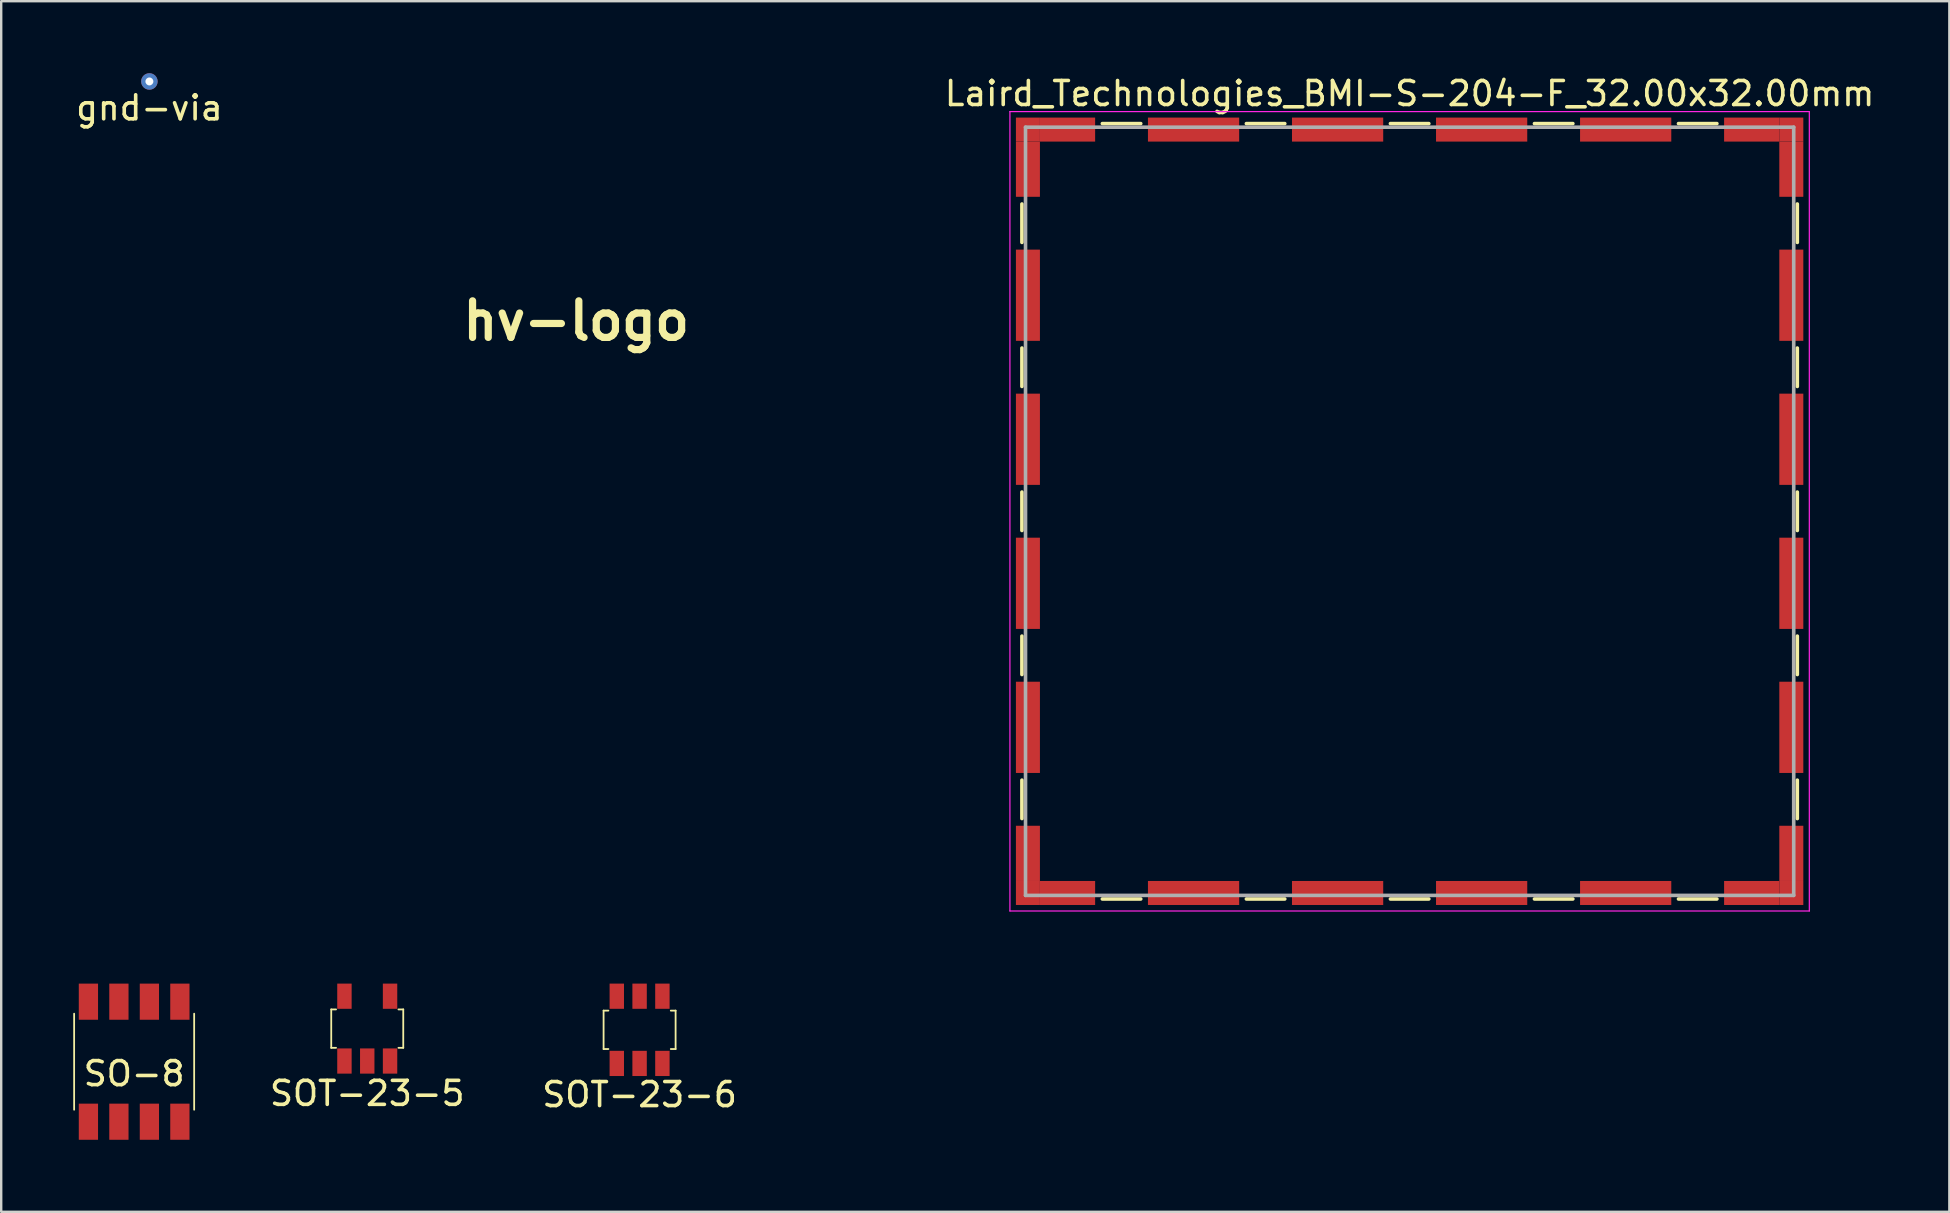
<source format=kicad_pcb>
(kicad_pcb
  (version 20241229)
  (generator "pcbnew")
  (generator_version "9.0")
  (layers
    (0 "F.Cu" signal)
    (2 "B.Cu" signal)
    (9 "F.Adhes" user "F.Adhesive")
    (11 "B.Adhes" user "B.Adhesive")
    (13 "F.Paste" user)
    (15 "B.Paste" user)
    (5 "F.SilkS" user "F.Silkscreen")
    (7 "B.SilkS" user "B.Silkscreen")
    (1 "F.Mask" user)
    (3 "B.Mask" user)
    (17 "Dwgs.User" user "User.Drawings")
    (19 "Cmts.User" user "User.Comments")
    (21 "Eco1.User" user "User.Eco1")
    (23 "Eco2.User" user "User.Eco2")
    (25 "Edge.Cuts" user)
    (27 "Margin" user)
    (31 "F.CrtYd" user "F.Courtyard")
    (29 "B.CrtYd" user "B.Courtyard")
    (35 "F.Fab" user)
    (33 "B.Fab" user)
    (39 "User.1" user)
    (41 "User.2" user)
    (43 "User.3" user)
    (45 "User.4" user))
  (footprint "SOT-23-6"
    (layer "F.Cu")
    (at 23.593 39.848)
    (property "Reference" "SOT-23-6" (at 0 2.7 0) (layer "F.SilkS") (effects (font (size 1 1) (thickness 0.15))))
    (attr through_hole)
    (fp_line (start -1.5 -0.8) (end -1.5 0.8) (stroke (width 0.075) (type solid)) (layer "F.SilkS"))
    (fp_line (start -1.5 0.8) (end -1.3 0.8) (stroke (width 0.075) (type solid)) (layer "F.SilkS"))
    (fp_line (start -1.3 -0.8) (end -1.5 -0.8) (stroke (width 0.075) (type solid)) (layer "F.SilkS"))
    (fp_line (start 1.3 0.8) (end 1.5 0.8) (stroke (width 0.075) (type solid)) (layer "F.SilkS"))
    (fp_line (start 1.5 -0.8) (end 1.3 -0.8) (stroke (width 0.075) (type solid)) (layer "F.SilkS"))
    (fp_line (start 1.5 0.8) (end 1.5 -0.8) (stroke (width 0.075) (type solid)) (layer "F.SilkS"))
    (pad "1" smd rect (at -0.95 1.4) (size 0.6 1.05) (layers "F.Cu" "F.Mask" "F.Paste"))
    (pad "2" smd rect (at 0 1.4) (size 0.6 1.05) (layers "F.Cu" "F.Mask" "F.Paste"))
    (pad "3" smd rect (at 0.95 1.4) (size 0.6 1.05) (layers "F.Cu" "F.Mask" "F.Paste"))
    (pad "4" smd rect (at 0.95 -1.4) (size 0.6 1.05) (layers "F.Cu" "F.Mask" "F.Paste"))
    (pad "5" smd rect (at 0 -1.4) (size 0.6 1.05) (layers "F.Cu" "F.Mask" "F.Paste"))
    (pad "6" smd rect (at -0.95 -1.4) (size 0.6 1.05) (layers "F.Cu" "F.Mask" "F.Paste")))
  (footprint "SOT-23-5"
    (layer "F.Cu")
    (at 12.248 39.798)
    (property "Reference" "SOT-23-5" (at 0 2.7 0) (layer "F.SilkS") (effects (font (size 1 1) (thickness 0.15))))
    (attr through_hole)
    (fp_line (start -1.5 -0.8) (end -1.5 0.8) (stroke (width 0.075) (type solid)) (layer "F.SilkS"))
    (fp_line (start -1.5 0.8) (end -1.3 0.8) (stroke (width 0.075) (type solid)) (layer "F.SilkS"))
    (fp_line (start -1.3 -0.8) (end -1.5 -0.8) (stroke (width 0.075) (type solid)) (layer "F.SilkS"))
    (fp_line (start 1.3 0.8) (end 1.5 0.8) (stroke (width 0.075) (type solid)) (layer "F.SilkS"))
    (fp_line (start 1.5 -0.8) (end 1.3 -0.8) (stroke (width 0.075) (type solid)) (layer "F.SilkS"))
    (fp_line (start 1.5 0.8) (end 1.5 -0.8) (stroke (width 0.075) (type solid)) (layer "F.SilkS"))
    (pad "1" smd rect (at -0.95 1.35) (size 0.6 1.05) (layers "F.Cu" "F.Mask" "F.Paste"))
    (pad "2" smd rect (at 0 1.35) (size 0.6 1.05) (layers "F.Cu" "F.Mask" "F.Paste"))
    (pad "3" smd rect (at 0.95 1.35) (size 0.6 1.05) (layers "F.Cu" "F.Mask" "F.Paste"))
    (pad "4" smd rect (at 0.95 -1.35) (size 0.6 1.05) (layers "F.Cu" "F.Mask" "F.Paste"))
    (pad "5" smd rect (at -0.95 -1.35) (size 0.6 1.05) (layers "F.Cu" "F.Mask" "F.Paste")))
  (footprint "SO-8"
    (layer "F.Cu")
    (at 2.538 41.176)
    (property "Reference" "SO-8" (at 0 0.5 0) (layer "F.SilkS") (effects (font (size 1 1) (thickness 0.15))))
    (attr through_hole)
    (fp_line (start -2.5 -2) (end -2.5 2) (stroke (width 0.075) (type solid)) (layer "F.SilkS"))
    (fp_line (start 2.5 -2) (end 2.5 2) (stroke (width 0.075) (type solid)) (layer "F.SilkS"))
    (pad "1" smd rect (at -1.905 2.5) (size 0.802 1.505) (layers "F.Cu" "F.Mask" "F.Paste"))
    (pad "2" smd rect (at -0.635 2.5) (size 0.802 1.505) (layers "F.Cu" "F.Mask" "F.Paste"))
    (pad "3" smd rect (at 0.635 2.5) (size 0.802 1.505) (layers "F.Cu" "F.Mask" "F.Paste"))
    (pad "4" smd rect (at 1.905 2.5) (size 0.802 1.505) (layers "F.Cu" "F.Mask" "F.Paste"))
    (pad "5" smd rect (at 1.905 -2.5) (size 0.802 1.505) (layers "F.Cu" "F.Mask" "F.Paste"))
    (pad "6" smd rect (at 0.635 -2.5) (size 0.802 1.505) (layers "F.Cu" "F.Mask" "F.Paste"))
    (pad "7" smd rect (at -0.635 -2.5) (size 0.802 1.505) (layers "F.Cu" "F.Mask" "F.Paste"))
    (pad "8" smd rect (at -1.905 -2.5) (size 0.802 1.505) (layers "F.Cu" "F.Mask" "F.Paste")))
  (footprint "Laird_Technologies_BMI-S-204-F_32.00x32.00mm"
    (layer "F.Cu")
    (at 55.669 18.248)
    (property "Reference" "Laird_Technologies_BMI-S-204-F_32.00x32.00mm" (at 0 -17.4 0) (layer "F.SilkS") (effects (font (size 1 1) (thickness 0.15))))
    (attr smd)
    (fp_line (start -16.15 -12.8) (end -16.15 -11.2) (stroke (width 0.15) (type solid)) (layer "F.SilkS"))
    (fp_line (start -16.15 -6.8) (end -16.15 -5.2) (stroke (width 0.15) (type solid)) (layer "F.SilkS"))
    (fp_line (start -16.15 -0.8) (end -16.15 0.8) (stroke (width 0.15) (type solid)) (layer "F.SilkS"))
    (fp_line (start -16.15 5.2) (end -16.15 6.8) (stroke (width 0.15) (type solid)) (layer "F.SilkS"))
    (fp_line (start -16.15 11.2) (end -16.15 12.8) (stroke (width 0.15) (type solid)) (layer "F.SilkS"))
    (fp_line (start -12.8 -16.15) (end -11.2 -16.15) (stroke (width 0.15) (type solid)) (layer "F.SilkS"))
    (fp_line (start -12.8 16.15) (end -11.2 16.15) (stroke (width 0.15) (type solid)) (layer "F.SilkS"))
    (fp_line (start -6.8 -16.15) (end -5.2 -16.15) (stroke (width 0.15) (type solid)) (layer "F.SilkS"))
    (fp_line (start -6.8 16.15) (end -5.2 16.15) (stroke (width 0.15) (type solid)) (layer "F.SilkS"))
    (fp_line (start -0.8 -16.15) (end 0.8 -16.15) (stroke (width 0.15) (type solid)) (layer "F.SilkS"))
    (fp_line (start -0.8 16.15) (end 0.8 16.15) (stroke (width 0.15) (type solid)) (layer "F.SilkS"))
    (fp_line (start 5.2 -16.15) (end 6.8 -16.15) (stroke (width 0.15) (type solid)) (layer "F.SilkS"))
    (fp_line (start 5.2 16.15) (end 6.8 16.15) (stroke (width 0.15) (type solid)) (layer "F.SilkS"))
    (fp_line (start 11.2 -16.15) (end 12.8 -16.15) (stroke (width 0.15) (type solid)) (layer "F.SilkS"))
    (fp_line (start 11.2 16.15) (end 12.8 16.15) (stroke (width 0.15) (type solid)) (layer "F.SilkS"))
    (fp_line (start 16.15 -12.8) (end 16.15 -11.2) (stroke (width 0.15) (type solid)) (layer "F.SilkS"))
    (fp_line (start 16.15 -6.8) (end 16.15 -5.2) (stroke (width 0.15) (type solid)) (layer "F.SilkS"))
    (fp_line (start 16.15 -0.8) (end 16.15 0.8) (stroke (width 0.15) (type solid)) (layer "F.SilkS"))
    (fp_line (start 16.15 5.2) (end 16.15 6.8) (stroke (width 0.15) (type solid)) (layer "F.SilkS"))
    (fp_line (start 16.15 11.2) (end 16.15 12.8) (stroke (width 0.15) (type solid)) (layer "F.SilkS"))
    (fp_line (start -16.65 -16.65) (end -16.65 16.65) (stroke (width 0.05) (type solid)) (layer "F.CrtYd"))
    (fp_line (start -16.65 16.65) (end 16.65 16.65) (stroke (width 0.05) (type solid)) (layer "F.CrtYd"))
    (fp_line (start 16.65 -16.65) (end -16.65 -16.65) (stroke (width 0.05) (type solid)) (layer "F.CrtYd"))
    (fp_line (start 16.65 16.65) (end 16.65 -16.65) (stroke (width 0.05) (type solid)) (layer "F.CrtYd"))
    (fp_line (start -16 -16) (end -16 16) (stroke (width 0.15) (type solid)) (layer "F.Fab"))
    (fp_line (start -16 16) (end 16 16) (stroke (width 0.15) (type solid)) (layer "F.Fab"))
    (fp_line (start 16 -16) (end -16 -16) (stroke (width 0.15) (type solid)) (layer "F.Fab"))
    (fp_line (start 16 16) (end 16 -16) (stroke (width 0.15) (type solid)) (layer "F.Fab"))
    (pad "1" smd rect (at -15.9 -15.9) (size 1 1) (layers "F.Cu" "F.Mask" "F.Paste"))
    (pad "1" smd rect (at -15.9 -14.25) (size 1 2.3) (layers "F.Cu" "F.Mask" "F.Paste"))
    (pad "1" smd rect (at -15.9 -9) (size 1 3.8) (layers "F.Cu" "F.Mask" "F.Paste"))
    (pad "1" smd rect (at -15.9 -3) (size 1 3.8) (layers "F.Cu" "F.Mask" "F.Paste"))
    (pad "1" smd rect (at -15.9 3) (size 1 3.8) (layers "F.Cu" "F.Mask" "F.Paste"))
    (pad "1" smd rect (at -15.9 9) (size 1 3.8) (layers "F.Cu" "F.Mask" "F.Paste"))
    (pad "1" smd rect (at -15.9 14.25) (size 1 2.3) (layers "F.Cu" "F.Mask" "F.Paste"))
    (pad "1" smd rect (at -15.9 15.9) (size 1 1) (layers "F.Cu" "F.Mask" "F.Paste"))
    (pad "1" smd rect (at -14.25 -15.9) (size 2.3 1) (layers "F.Cu" "F.Mask" "F.Paste"))
    (pad "1" smd rect (at -14.25 15.9) (size 2.3 1) (layers "F.Cu" "F.Mask" "F.Paste"))
    (pad "1" smd rect (at -9 -15.9) (size 3.8 1) (layers "F.Cu" "F.Mask" "F.Paste"))
    (pad "1" smd rect (at -9 15.9) (size 3.8 1) (layers "F.Cu" "F.Mask" "F.Paste"))
    (pad "1" smd rect (at -3 -15.9) (size 3.8 1) (layers "F.Cu" "F.Mask" "F.Paste"))
    (pad "1" smd rect (at -3 15.9) (size 3.8 1) (layers "F.Cu" "F.Mask" "F.Paste"))
    (pad "1" smd rect (at 3 -15.9) (size 3.8 1) (layers "F.Cu" "F.Mask" "F.Paste"))
    (pad "1" smd rect (at 3 15.9) (size 3.8 1) (layers "F.Cu" "F.Mask" "F.Paste"))
    (pad "1" smd rect (at 9 -15.9) (size 3.8 1) (layers "F.Cu" "F.Mask" "F.Paste"))
    (pad "1" smd rect (at 9 15.9) (size 3.8 1) (layers "F.Cu" "F.Mask" "F.Paste"))
    (pad "1" smd rect (at 14.25 -15.9) (size 2.3 1) (layers "F.Cu" "F.Mask" "F.Paste"))
    (pad "1" smd rect (at 14.25 15.9) (size 2.3 1) (layers "F.Cu" "F.Mask" "F.Paste"))
    (pad "1" smd rect (at 15.9 -15.9) (size 1 1) (layers "F.Cu" "F.Mask" "F.Paste"))
    (pad "1" smd rect (at 15.9 -14.25) (size 1 2.3) (layers "F.Cu" "F.Mask" "F.Paste"))
    (pad "1" smd rect (at 15.9 -9) (size 1 3.8) (layers "F.Cu" "F.Mask" "F.Paste"))
    (pad "1" smd rect (at 15.9 -3) (size 1 3.8) (layers "F.Cu" "F.Mask" "F.Paste"))
    (pad "1" smd rect (at 15.9 3) (size 1 3.8) (layers "F.Cu" "F.Mask" "F.Paste"))
    (pad "1" smd rect (at 15.9 9) (size 1 3.8) (layers "F.Cu" "F.Mask" "F.Paste"))
    (pad "1" smd rect (at 15.9 14.25) (size 1 2.3) (layers "F.Cu" "F.Mask" "F.Paste"))
    (pad "1" smd rect (at 15.9 15.9) (size 1 1) (layers "F.Cu" "F.Mask" "F.Paste")))
  (footprint "hv-logo"
    (layer "F.Cu")
    (at 20.953 10.316)
    (property "Reference" "hv-logo" (at 0 0 0) (layer "F.SilkS") (effects (font (size 1.524 1.524) (thickness 0.3))))
    (attr through_hole)
    (fp_poly (pts (xy 1.186 -2.626) (xy 0.868 -1.934) (xy 0.488 -1.11) (xy 0.116 -0.305) (xy 0.029 -0.118) (xy -0.233 0.466) (xy -0.425 0.927) (xy -0.52 1.203) (xy -0.521 1.254) (xy -0.357 1.182) (xy 0.018 0.987) (xy 0.543 0.701) (xy 0.974 0.46) (xy 1.566 0.138) (xy 2.051 -0.106) (xy 2.369 -0.241) (xy 2.462 -0.256) (xy 2.448 -0.092) (xy 2.372 0.318) (xy 2.247 0.916) (xy 2.087 1.642) (xy 1.906 2.439) (xy 1.716 3.247) (xy 1.532 4.01) (xy 1.366 4.667) (xy 1.233 5.16) (xy 1.153 5.413) (xy 1.139 5.579) (xy 1.331 5.588) (xy 1.47 5.557) (xy 1.769 5.513) (xy 1.881 5.551) (xy 1.794 5.73) (xy 1.566 6.075) (xy 1.25 6.518) (xy 0.901 6.986) (xy 0.569 7.409) (xy 0.309 7.717) (xy 0.172 7.839) (xy 0.171 7.84) (xy 0.086 7.698) (xy -0.036 7.321) (xy -0.172 6.784) (xy -0.208 6.621) (xy -0.361 5.894) (xy -0.443 5.427) (xy -0.453 5.173) (xy -0.39 5.089) (xy -0.251 5.126) (xy -0.161 5.172) (xy 0.085 5.249) (xy 0.201 5.079) (xy 0.225 4.982) (xy 0.294 4.584) (xy 0.373 4.035) (xy 0.45 3.412) (xy 0.519 2.796) (xy 0.569 2.267) (xy 0.592 1.904) (xy 0.584 1.786) (xy 0.431 1.832) (xy 0.066 2.006) (xy -0.454 2.276) (xy -0.919 2.53) (xy -1.516 2.855) (xy -2.004 3.105) (xy -2.323 3.251) (xy -2.417 3.275) (xy -2.397 3.112) (xy -2.309 2.689) (xy -2.164 2.049) (xy -1.972 1.235) (xy -1.743 0.291) (xy -1.603 -0.274) (xy -0.732 -3.763) (xy 1.707 -3.763) (xy 1.186 -2.626)) (stroke (width 0.01) (type solid)) (fill yes) (layer "F.Mask"))
    (fp_poly (pts (xy 0.614 -10.217) (xy 0.889 -9.978) (xy 1.217 -9.568) (xy 1.621 -8.961) (xy 2.125 -8.131) (xy 2.751 -7.053) (xy 2.808 -6.955) (xy 3.672 -5.451) (xy 4.446 -4.104) (xy 5.164 -2.856) (xy 5.857 -1.651) (xy 6.559 -0.43) (xy 7.303 0.862) (xy 8.122 2.284) (xy 9.049 3.893) (xy 9.54 4.746) (xy 10.175 5.856) (xy 10.756 6.89) (xy 11.266 7.813) (xy 11.686 8.593) (xy 11.998 9.196) (xy 12.184 9.587) (xy 12.23 9.724) (xy 12.123 10.063) (xy 11.916 10.348) (xy 11.85 10.408) (xy 11.764 10.459) (xy 11.638 10.503) (xy 11.448 10.541) (xy 11.174 10.571) (xy 10.793 10.597) (xy 10.283 10.616) (xy 9.623 10.632) (xy 8.791 10.643) (xy 7.764 10.651) (xy 6.521 10.657) (xy 5.04 10.66) (xy 3.3 10.661) (xy 1.277 10.662) (xy 0.259 10.662) (xy -1.902 10.661) (xy -3.771 10.66) (xy -5.37 10.657) (xy -6.721 10.653) (xy -7.845 10.645) (xy -8.764 10.635) (xy -9.5 10.621) (xy -10.074 10.602) (xy -10.508 10.579) (xy -10.825 10.551) (xy -11.045 10.517) (xy -11.19 10.476) (xy -11.283 10.429) (xy -11.343 10.375) (xy -11.549 9.991) (xy -11.602 9.694) (xy -11.525 9.465) (xy -11.303 8.994) (xy -11.012 8.427) (xy -8.735 8.427) (xy -8.694 8.47) (xy -8.52 8.507) (xy -8.193 8.537) (xy -7.694 8.562) (xy -7.003 8.583) (xy -6.099 8.598) (xy -4.965 8.61) (xy -3.578 8.617) (xy -1.92 8.622) (xy 0.029 8.623) (xy 0.31 8.623) (xy 9.433 8.623) (xy 9.126 8.114) (xy 8.99 7.882) (xy 8.71 7.399) (xy 8.297 6.685) (xy 7.763 5.76) (xy 7.12 4.645) (xy 6.38 3.359) (xy 5.554 1.924) (xy 4.654 0.36) (xy 3.691 -1.313) (xy 2.678 -3.074) (xy 1.627 -4.904) (xy 0.639 -6.623) (xy 0.436 -6.91) (xy 0.282 -7.017) (xy 0.277 -7.015) (xy 0.184 -6.879) (xy -0.049 -6.5) (xy -0.404 -5.909) (xy -0.864 -5.135) (xy -1.413 -4.207) (xy -2.032 -3.155) (xy -2.705 -2.009) (xy -3.414 -0.798) (xy -4.143 0.45) (xy -4.873 1.703) (xy -5.589 2.933) (xy -6.272 4.11) (xy -6.906 5.205) (xy -7.473 6.188) (xy -7.956 7.03) (xy -8.337 7.701) (xy -8.601 8.172) (xy -8.729 8.413) (xy -8.735 8.427) (xy -11.012 8.427) (xy -10.953 8.312) (xy -10.488 7.445) (xy -9.925 6.424) (xy -9.279 5.276) (xy -8.674 4.218) (xy -7.856 2.799) (xy -6.952 1.231) (xy -6.007 -0.409) (xy -5.066 -2.041) (xy -4.175 -3.587) (xy -3.379 -4.968) (xy -3.124 -5.409) (xy -2.373 -6.698) (xy -1.707 -7.816) (xy -1.138 -8.74) (xy -0.68 -9.452) (xy -0.345 -9.932) (xy -0.146 -10.158) (xy -0.133 -10.166) (xy 0.126 -10.286) (xy 0.367 -10.311) (xy 0.614 -10.217)) (stroke (width 0.01) (type solid)) (fill yes) (layer "F.Mask")))
  (footprint "gnd-via"
    (layer "F.Cu")
    (at 3.173 0.343)
    (property "Reference" "gnd-via" (at 0 1.1 0) (layer "F.SilkS") (effects (font (size 1 1) (thickness 0.15))))
    (attr through_hole)
    (pad "1" thru_hole circle (at 0 0) (size 0.686 0.686) (drill 0.33) (layers "*.Cu")))
  (gr_rect
    (start -3 -3)
    (end 78.152 47.428)
    (stroke (width 0.1) (type default))
    (fill no)
    (layer "Edge.Cuts")))
</source>
